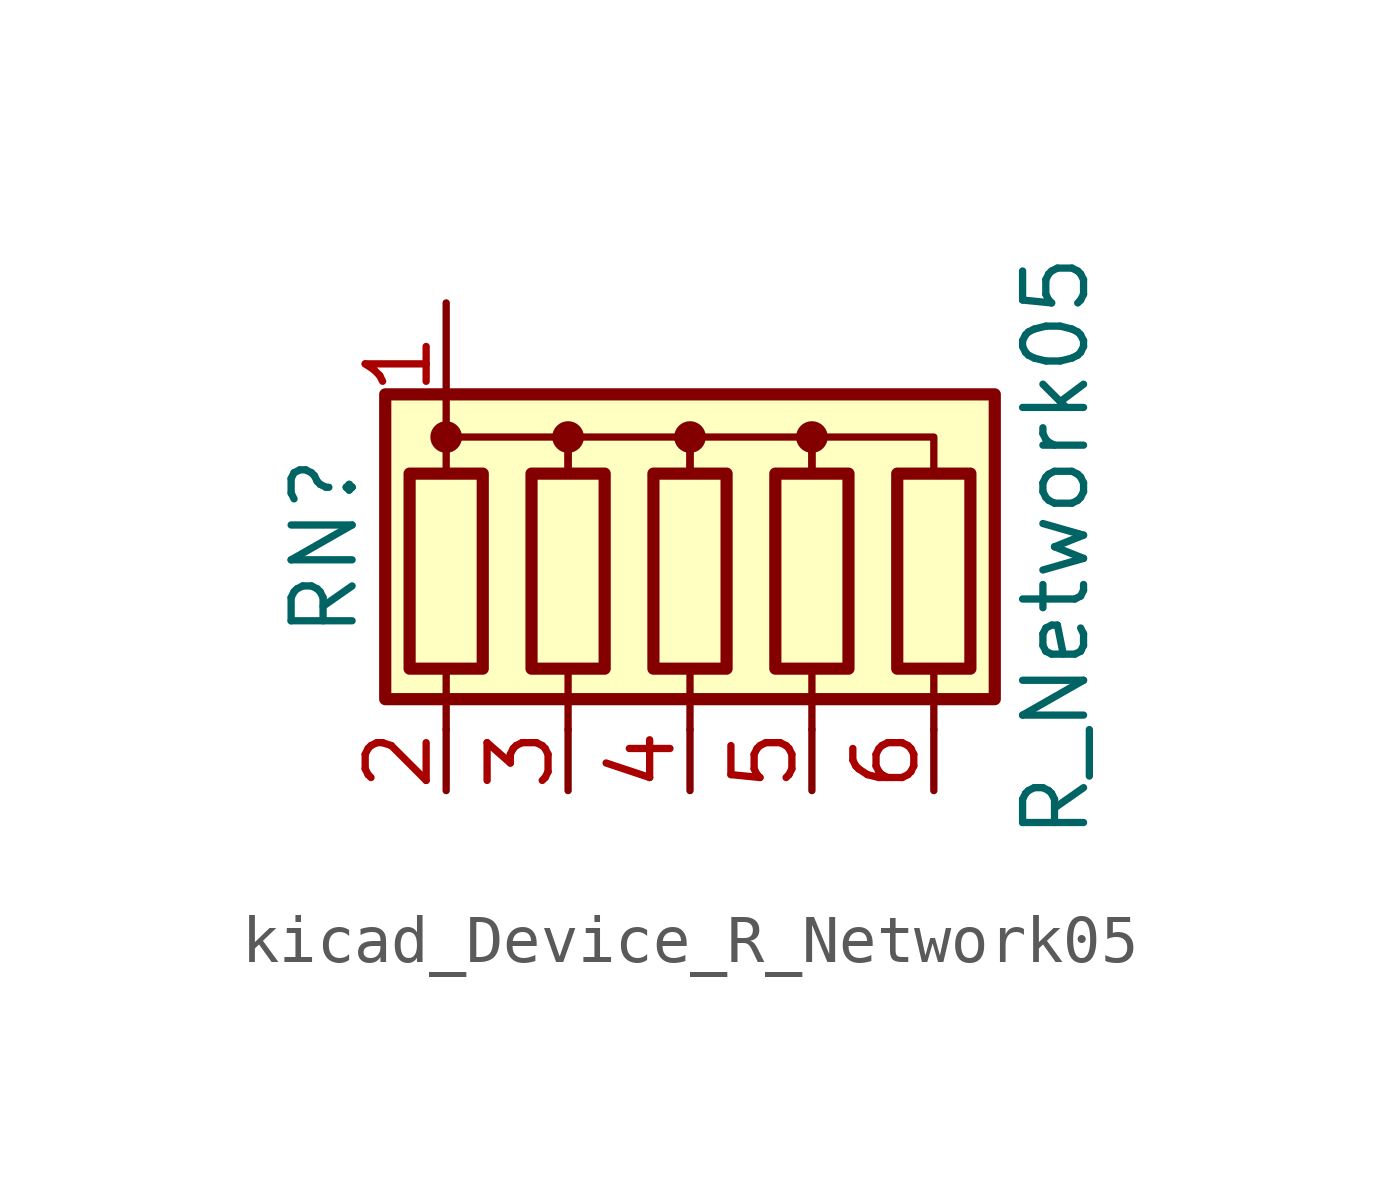
<source format=kicad_sym>
(kicad_symbol_lib
  (version 20220914)
  (generator kicad_symbol_editor)
  (symbol "kicad_Device_R_Network05"
    (pin_names
      (offset 0) hide)
    (property "Reference" "RN"
      (at -7.62 0 90)
      (effects (font (size 1.27 1.27))))
    (property "Value" "R_Network05"
      (at 7.62 0 90)
      (effects (font (size 1.27 1.27))))
    (symbol "kicad_Device_R_Network05_0_1"
      (rectangle (start -6.35 -3.175) (end 6.35 3.175) (stroke (width 0.254) (type default)) (fill (type background)))
      (rectangle (start -5.842 1.524) (end -4.318 -2.54) (stroke (width 0.254) (type default)) (fill (type none)))
      (circle (center -5.08 2.286) (radius 0.254) (stroke (width 0) (type default)) (fill (type outline)))
      (rectangle (start -3.302 1.524) (end -1.778 -2.54) (stroke (width 0.254) (type default)) (fill (type none)))
      (circle (center -2.54 2.286) (radius 0.254) (stroke (width 0) (type default)) (fill (type outline)))
      (rectangle (start -0.762 1.524) (end 0.762 -2.54) (stroke (width 0.254) (type default)) (fill (type none)))
      (polyline (pts (xy -5.08 -2.54) (xy -5.08 -3.81)) (stroke (width 0) (type default)) (fill (type none)))
      (polyline (pts (xy -2.54 -2.54) (xy -2.54 -3.81)) (stroke (width 0) (type default)) (fill (type none)))
      (polyline (pts (xy 0 -2.54) (xy 0 -3.81)) (stroke (width 0) (type default)) (fill (type none)))
      (polyline (pts (xy 2.54 -2.54) (xy 2.54 -3.81)) (stroke (width 0) (type default)) (fill (type none)))
      (polyline (pts (xy 5.08 -2.54) (xy 5.08 -3.81)) (stroke (width 0) (type default)) (fill (type none)))
      (polyline (pts (xy -5.08 1.524) (xy -5.08 2.286) (xy -2.54 2.286) (xy -2.54 1.524)) (stroke (width 0) (type default)) (fill (type none)))
      (polyline (pts (xy -2.54 1.524) (xy -2.54 2.286) (xy 0 2.286) (xy 0 1.524)) (stroke (width 0) (type default)) (fill (type none)))
      (polyline (pts (xy 0 1.524) (xy 0 2.286) (xy 2.54 2.286) (xy 2.54 1.524)) (stroke (width 0) (type default)) (fill (type none)))
      (polyline (pts (xy 2.54 1.524) (xy 2.54 2.286) (xy 5.08 2.286) (xy 5.08 1.524)) (stroke (width 0) (type default)) (fill (type none)))
      (circle (center 0 2.286) (radius 0.254) (stroke (width 0) (type default)) (fill (type outline)))
      (rectangle (start 1.778 1.524) (end 3.302 -2.54) (stroke (width 0.254) (type default)) (fill (type none)))
      (circle (center 2.54 2.286) (radius 0.254) (stroke (width 0) (type default)) (fill (type outline)))
      (rectangle (start 4.318 1.524) (end 5.842 -2.54) (stroke (width 0.254) (type default)) (fill (type none))))
    (symbol "kicad_Device_R_Network05_1_1"
      (pin passive line (at -5.08 5.08 270) (length 2.54) (name "common" (effects (font (size 1.27 1.27)))) (number "1" (effects (font (size 1.27 1.27)))))
      (pin passive line (at -5.08 -5.08 90) (length 1.27) (name "R1" (effects (font (size 1.27 1.27)))) (number "2" (effects (font (size 1.27 1.27)))))
      (pin passive line (at -2.54 -5.08 90) (length 1.27) (name "R2" (effects (font (size 1.27 1.27)))) (number "3" (effects (font (size 1.27 1.27)))))
      (pin passive line (at 0 -5.08 90) (length 1.27) (name "R3" (effects (font (size 1.27 1.27)))) (number "4" (effects (font (size 1.27 1.27)))))
      (pin passive line (at 2.54 -5.08 90) (length 1.27) (name "R4" (effects (font (size 1.27 1.27)))) (number "5" (effects (font (size 1.27 1.27)))))
      (pin passive line (at 5.08 -5.08 90) (length 1.27) (name "R5" (effects (font (size 1.27 1.27)))) (number "6" (effects (font (size 1.27 1.27))))))))
</source>
